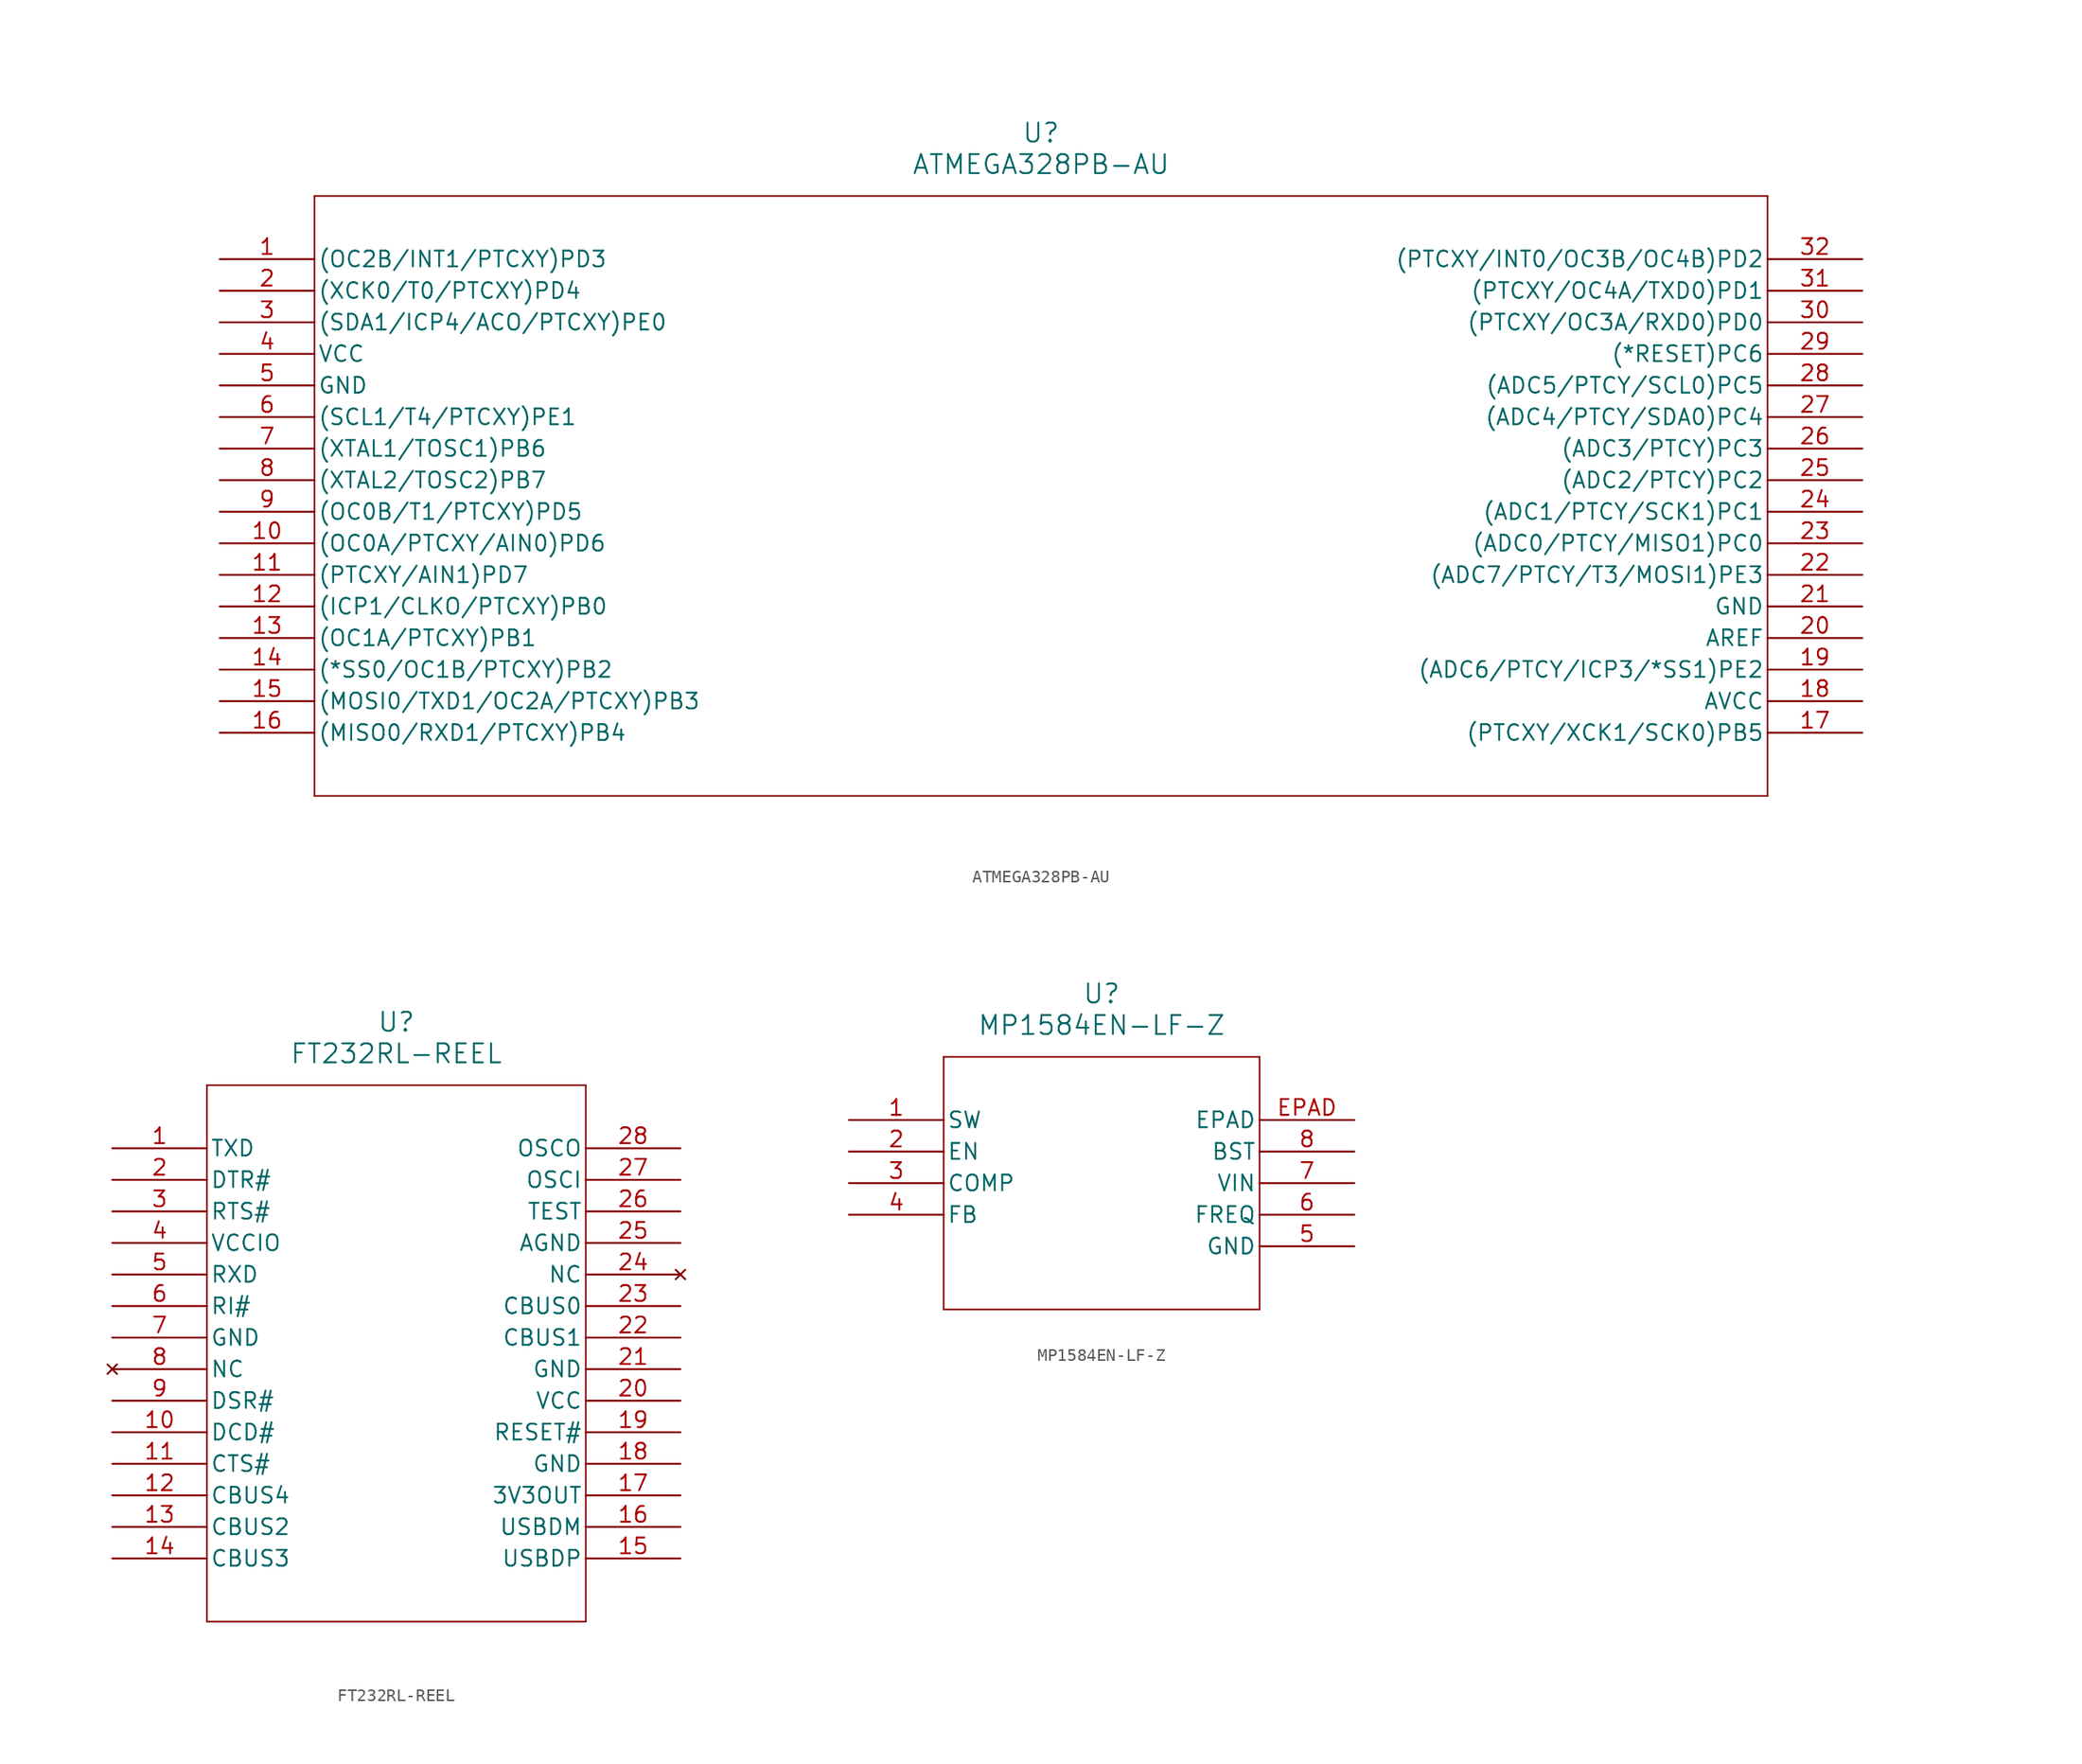
<source format=kicad_sym>
(kicad_symbol_lib
  (version 20231120)
  (generator "kicad_symbol_editor")
  (generator_version "8.0")
  (symbol "ATMEGA328PB-AU"
    (pin_names
      (offset 0.254))
    (property "Reference" "U"
      (at 66.04 10.16 0)
      (effects (font (size 1.524 1.524))))
    (property "Value" "ATMEGA328PB-AU"
      (at 66.04 7.62 0)
      (effects (font (size 1.524 1.524))))
    (symbol "ATMEGA328PB-AU_0_1"
      (polyline (pts (xy 7.62 -43.18) (xy 124.46 -43.18)) (stroke (width 0.127) (type default)) (fill (type none)))
      (polyline (pts (xy 7.62 5.08) (xy 7.62 -43.18)) (stroke (width 0.127) (type default)) (fill (type none)))
      (polyline (pts (xy 124.46 -43.18) (xy 124.46 5.08)) (stroke (width 0.127) (type default)) (fill (type none)))
      (polyline (pts (xy 124.46 5.08) (xy 7.62 5.08)) (stroke (width 0.127) (type default)) (fill (type none)))
      (pin bidirectional line (at 0 0 0) (length 7.62) (name "(OC2B/INT1/PTCXY)PD3" (effects (font (size 1.27 1.27)))) (number "1" (effects (font (size 1.27 1.27)))))
      (pin bidirectional line (at 0 -22.86 0) (length 7.62) (name "(OC0A/PTCXY/AIN0)PD6" (effects (font (size 1.27 1.27)))) (number "10" (effects (font (size 1.27 1.27)))))
      (pin bidirectional line (at 0 -25.4 0) (length 7.62) (name "(PTCXY/AIN1)PD7" (effects (font (size 1.27 1.27)))) (number "11" (effects (font (size 1.27 1.27)))))
      (pin bidirectional line (at 0 -27.94 0) (length 7.62) (name "(ICP1/CLKO/PTCXY)PB0" (effects (font (size 1.27 1.27)))) (number "12" (effects (font (size 1.27 1.27)))))
      (pin bidirectional line (at 0 -30.48 0) (length 7.62) (name "(OC1A/PTCXY)PB1" (effects (font (size 1.27 1.27)))) (number "13" (effects (font (size 1.27 1.27)))))
      (pin bidirectional line (at 0 -33.02 0) (length 7.62) (name "(*SS0/OC1B/PTCXY)PB2" (effects (font (size 1.27 1.27)))) (number "14" (effects (font (size 1.27 1.27)))))
      (pin bidirectional line (at 0 -35.56 0) (length 7.62) (name "(MOSI0/TXD1/OC2A/PTCXY)PB3" (effects (font (size 1.27 1.27)))) (number "15" (effects (font (size 1.27 1.27)))))
      (pin bidirectional line (at 0 -38.1 0) (length 7.62) (name "(MISO0/RXD1/PTCXY)PB4" (effects (font (size 1.27 1.27)))) (number "16" (effects (font (size 1.27 1.27)))))
      (pin bidirectional line (at 132.08 -38.1 180) (length 7.62) (name "(PTCXY/XCK1/SCK0)PB5" (effects (font (size 1.27 1.27)))) (number "17" (effects (font (size 1.27 1.27)))))
      (pin power_in line (at 132.08 -35.56 180) (length 7.62) (name "AVCC" (effects (font (size 1.27 1.27)))) (number "18" (effects (font (size 1.27 1.27)))))
      (pin bidirectional line (at 132.08 -33.02 180) (length 7.62) (name "(ADC6/PTCY/ICP3/*SS1)PE2" (effects (font (size 1.27 1.27)))) (number "19" (effects (font (size 1.27 1.27)))))
      (pin bidirectional line (at 0 -2.54 0) (length 7.62) (name "(XCK0/T0/PTCXY)PD4" (effects (font (size 1.27 1.27)))) (number "2" (effects (font (size 1.27 1.27)))))
      (pin bidirectional line (at 132.08 -30.48 180) (length 7.62) (name "AREF" (effects (font (size 1.27 1.27)))) (number "20" (effects (font (size 1.27 1.27)))))
      (pin power_in line (at 132.08 -27.94 180) (length 7.62) (name "GND" (effects (font (size 1.27 1.27)))) (number "21" (effects (font (size 1.27 1.27)))))
      (pin bidirectional line (at 132.08 -25.4 180) (length 7.62) (name "(ADC7/PTCY/T3/MOSI1)PE3" (effects (font (size 1.27 1.27)))) (number "22" (effects (font (size 1.27 1.27)))))
      (pin bidirectional line (at 132.08 -22.86 180) (length 7.62) (name "(ADC0/PTCY/MISO1)PC0" (effects (font (size 1.27 1.27)))) (number "23" (effects (font (size 1.27 1.27)))))
      (pin bidirectional line (at 132.08 -20.32 180) (length 7.62) (name "(ADC1/PTCY/SCK1)PC1" (effects (font (size 1.27 1.27)))) (number "24" (effects (font (size 1.27 1.27)))))
      (pin bidirectional line (at 132.08 -17.78 180) (length 7.62) (name "(ADC2/PTCY)PC2" (effects (font (size 1.27 1.27)))) (number "25" (effects (font (size 1.27 1.27)))))
      (pin bidirectional line (at 132.08 -15.24 180) (length 7.62) (name "(ADC3/PTCY)PC3" (effects (font (size 1.27 1.27)))) (number "26" (effects (font (size 1.27 1.27)))))
      (pin bidirectional line (at 132.08 -12.7 180) (length 7.62) (name "(ADC4/PTCY/SDA0)PC4" (effects (font (size 1.27 1.27)))) (number "27" (effects (font (size 1.27 1.27)))))
      (pin bidirectional line (at 132.08 -10.16 180) (length 7.62) (name "(ADC5/PTCY/SCL0)PC5" (effects (font (size 1.27 1.27)))) (number "28" (effects (font (size 1.27 1.27)))))
      (pin bidirectional line (at 132.08 -7.62 180) (length 7.62) (name "(*RESET)PC6" (effects (font (size 1.27 1.27)))) (number "29" (effects (font (size 1.27 1.27)))))
      (pin bidirectional line (at 0 -5.08 0) (length 7.62) (name "(SDA1/ICP4/ACO/PTCXY)PE0" (effects (font (size 1.27 1.27)))) (number "3" (effects (font (size 1.27 1.27)))))
      (pin bidirectional line (at 132.08 -5.08 180) (length 7.62) (name "(PTCXY/OC3A/RXD0)PD0" (effects (font (size 1.27 1.27)))) (number "30" (effects (font (size 1.27 1.27)))))
      (pin bidirectional line (at 132.08 -2.54 180) (length 7.62) (name "(PTCXY/OC4A/TXD0)PD1" (effects (font (size 1.27 1.27)))) (number "31" (effects (font (size 1.27 1.27)))))
      (pin bidirectional line (at 132.08 0 180) (length 7.62) (name "(PTCXY/INT0/OC3B/OC4B)PD2" (effects (font (size 1.27 1.27)))) (number "32" (effects (font (size 1.27 1.27)))))
      (pin power_in line (at 0 -7.62 0) (length 7.62) (name "VCC" (effects (font (size 1.27 1.27)))) (number "4" (effects (font (size 1.27 1.27)))))
      (pin power_in line (at 0 -10.16 0) (length 7.62) (name "GND" (effects (font (size 1.27 1.27)))) (number "5" (effects (font (size 1.27 1.27)))))
      (pin bidirectional line (at 0 -12.7 0) (length 7.62) (name "(SCL1/T4/PTCXY)PE1" (effects (font (size 1.27 1.27)))) (number "6" (effects (font (size 1.27 1.27)))))
      (pin bidirectional line (at 0 -15.24 0) (length 7.62) (name "(XTAL1/TOSC1)PB6" (effects (font (size 1.27 1.27)))) (number "7" (effects (font (size 1.27 1.27)))))
      (pin bidirectional line (at 0 -17.78 0) (length 7.62) (name "(XTAL2/TOSC2)PB7" (effects (font (size 1.27 1.27)))) (number "8" (effects (font (size 1.27 1.27)))))
      (pin bidirectional line (at 0 -20.32 0) (length 7.62) (name "(OC0B/T1/PTCXY)PD5" (effects (font (size 1.27 1.27)))) (number "9" (effects (font (size 1.27 1.27)))))))
  (symbol "FT232RL-REEL"
    (pin_names
      (offset 0.254))
    (property "Reference" "U"
      (at 22.86 10.16 0)
      (effects (font (size 1.524 1.524))))
    (property "Value" "FT232RL-REEL"
      (at 22.86 7.62 0)
      (effects (font (size 1.524 1.524))))
    (property "ki_locked" ""
      (at 0 0 0)
      (effects (font (size 1.27 1.27))))
    (symbol "FT232RL-REEL_0_1"
      (polyline (pts (xy 7.62 -38.1) (xy 38.1 -38.1)) (stroke (width 0.127) (type default)) (fill (type none)))
      (polyline (pts (xy 7.62 5.08) (xy 7.62 -38.1)) (stroke (width 0.127) (type default)) (fill (type none)))
      (polyline (pts (xy 38.1 -38.1) (xy 38.1 5.08)) (stroke (width 0.127) (type default)) (fill (type none)))
      (polyline (pts (xy 38.1 5.08) (xy 7.62 5.08)) (stroke (width 0.127) (type default)) (fill (type none)))
      (pin unspecified line (at 0 0 0) (length 7.62) (name "TXD" (effects (font (size 1.27 1.27)))) (number "1" (effects (font (size 1.27 1.27)))))
      (pin unspecified line (at 0 -22.86 0) (length 7.62) (name "DCD#" (effects (font (size 1.27 1.27)))) (number "10" (effects (font (size 1.27 1.27)))))
      (pin unspecified line (at 0 -25.4 0) (length 7.62) (name "CTS#" (effects (font (size 1.27 1.27)))) (number "11" (effects (font (size 1.27 1.27)))))
      (pin bidirectional line (at 0 -27.94 0) (length 7.62) (name "CBUS4" (effects (font (size 1.27 1.27)))) (number "12" (effects (font (size 1.27 1.27)))))
      (pin bidirectional line (at 0 -30.48 0) (length 7.62) (name "CBUS2" (effects (font (size 1.27 1.27)))) (number "13" (effects (font (size 1.27 1.27)))))
      (pin bidirectional line (at 0 -33.02 0) (length 7.62) (name "CBUS3" (effects (font (size 1.27 1.27)))) (number "14" (effects (font (size 1.27 1.27)))))
      (pin unspecified line (at 45.72 -33.02 180) (length 7.62) (name "USBDP" (effects (font (size 1.27 1.27)))) (number "15" (effects (font (size 1.27 1.27)))))
      (pin unspecified line (at 45.72 -30.48 180) (length 7.62) (name "USBDM" (effects (font (size 1.27 1.27)))) (number "16" (effects (font (size 1.27 1.27)))))
      (pin output line (at 45.72 -27.94 180) (length 7.62) (name "3V3OUT" (effects (font (size 1.27 1.27)))) (number "17" (effects (font (size 1.27 1.27)))))
      (pin power_out line (at 45.72 -25.4 180) (length 7.62) (name "GND" (effects (font (size 1.27 1.27)))) (number "18" (effects (font (size 1.27 1.27)))))
      (pin unspecified line (at 45.72 -22.86 180) (length 7.62) (name "RESET#" (effects (font (size 1.27 1.27)))) (number "19" (effects (font (size 1.27 1.27)))))
      (pin unspecified line (at 0 -2.54 0) (length 7.62) (name "DTR#" (effects (font (size 1.27 1.27)))) (number "2" (effects (font (size 1.27 1.27)))))
      (pin power_in line (at 45.72 -20.32 180) (length 7.62) (name "VCC" (effects (font (size 1.27 1.27)))) (number "20" (effects (font (size 1.27 1.27)))))
      (pin power_out line (at 45.72 -17.78 180) (length 7.62) (name "GND" (effects (font (size 1.27 1.27)))) (number "21" (effects (font (size 1.27 1.27)))))
      (pin bidirectional line (at 45.72 -15.24 180) (length 7.62) (name "CBUS1" (effects (font (size 1.27 1.27)))) (number "22" (effects (font (size 1.27 1.27)))))
      (pin bidirectional line (at 45.72 -12.7 180) (length 7.62) (name "CBUS0" (effects (font (size 1.27 1.27)))) (number "23" (effects (font (size 1.27 1.27)))))
      (pin no_connect line (at 45.72 -10.16 180) (length 7.62) (name "NC" (effects (font (size 1.27 1.27)))) (number "24" (effects (font (size 1.27 1.27)))))
      (pin power_out line (at 45.72 -7.62 180) (length 7.62) (name "AGND" (effects (font (size 1.27 1.27)))) (number "25" (effects (font (size 1.27 1.27)))))
      (pin unspecified line (at 45.72 -5.08 180) (length 7.62) (name "TEST" (effects (font (size 1.27 1.27)))) (number "26" (effects (font (size 1.27 1.27)))))
      (pin unspecified line (at 45.72 -2.54 180) (length 7.62) (name "OSCI" (effects (font (size 1.27 1.27)))) (number "27" (effects (font (size 1.27 1.27)))))
      (pin unspecified line (at 45.72 0 180) (length 7.62) (name "OSCO" (effects (font (size 1.27 1.27)))) (number "28" (effects (font (size 1.27 1.27)))))
      (pin unspecified line (at 0 -5.08 0) (length 7.62) (name "RTS#" (effects (font (size 1.27 1.27)))) (number "3" (effects (font (size 1.27 1.27)))))
      (pin power_in line (at 0 -7.62 0) (length 7.62) (name "VCCIO" (effects (font (size 1.27 1.27)))) (number "4" (effects (font (size 1.27 1.27)))))
      (pin unspecified line (at 0 -10.16 0) (length 7.62) (name "RXD" (effects (font (size 1.27 1.27)))) (number "5" (effects (font (size 1.27 1.27)))))
      (pin unspecified line (at 0 -12.7 0) (length 7.62) (name "RI#" (effects (font (size 1.27 1.27)))) (number "6" (effects (font (size 1.27 1.27)))))
      (pin power_out line (at 0 -15.24 0) (length 7.62) (name "GND" (effects (font (size 1.27 1.27)))) (number "7" (effects (font (size 1.27 1.27)))))
      (pin no_connect line (at 0 -17.78 0) (length 7.62) (name "NC" (effects (font (size 1.27 1.27)))) (number "8" (effects (font (size 1.27 1.27)))))
      (pin unspecified line (at 0 -20.32 0) (length 7.62) (name "DSR#" (effects (font (size 1.27 1.27)))) (number "9" (effects (font (size 1.27 1.27)))))))
  (symbol "MP1584EN-LF-Z"
    (pin_names
      (offset 0.254))
    (property "Reference" "U"
      (at 20.32 10.16 0)
      (effects (font (size 1.524 1.524))))
    (property "Value" "MP1584EN-LF-Z"
      (at 20.32 7.62 0)
      (effects (font (size 1.524 1.524))))
    (symbol "MP1584EN-LF-Z_0_1"
      (polyline (pts (xy 7.62 -15.24) (xy 33.02 -15.24)) (stroke (width 0.127) (type default)) (fill (type none)))
      (polyline (pts (xy 7.62 5.08) (xy 7.62 -15.24)) (stroke (width 0.127) (type default)) (fill (type none)))
      (polyline (pts (xy 33.02 -15.24) (xy 33.02 5.08)) (stroke (width 0.127) (type default)) (fill (type none)))
      (polyline (pts (xy 33.02 5.08) (xy 7.62 5.08)) (stroke (width 0.127) (type default)) (fill (type none)))
      (pin output line (at 0 0 0) (length 7.62) (name "SW" (effects (font (size 1.27 1.27)))) (number "1" (effects (font (size 1.27 1.27)))))
      (pin input line (at 0 -2.54 0) (length 7.62) (name "EN" (effects (font (size 1.27 1.27)))) (number "2" (effects (font (size 1.27 1.27)))))
      (pin output line (at 0 -5.08 0) (length 7.62) (name "COMP" (effects (font (size 1.27 1.27)))) (number "3" (effects (font (size 1.27 1.27)))))
      (pin input line (at 0 -7.62 0) (length 7.62) (name "FB" (effects (font (size 1.27 1.27)))) (number "4" (effects (font (size 1.27 1.27)))))
      (pin power_out line (at 40.64 -10.16 180) (length 7.62) (name "GND" (effects (font (size 1.27 1.27)))) (number "5" (effects (font (size 1.27 1.27)))))
      (pin input line (at 40.64 -7.62 180) (length 7.62) (name "FREQ" (effects (font (size 1.27 1.27)))) (number "6" (effects (font (size 1.27 1.27)))))
      (pin power_in line (at 40.64 -5.08 180) (length 7.62) (name "VIN" (effects (font (size 1.27 1.27)))) (number "7" (effects (font (size 1.27 1.27)))))
      (pin unspecified line (at 40.64 -2.54 180) (length 7.62) (name "BST" (effects (font (size 1.27 1.27)))) (number "8" (effects (font (size 1.27 1.27)))))
      (pin power_out line (at 40.64 0 180) (length 7.62) (name "EPAD" (effects (font (size 1.27 1.27)))) (number "EPAD" (effects (font (size 1.27 1.27))))))))
</source>
